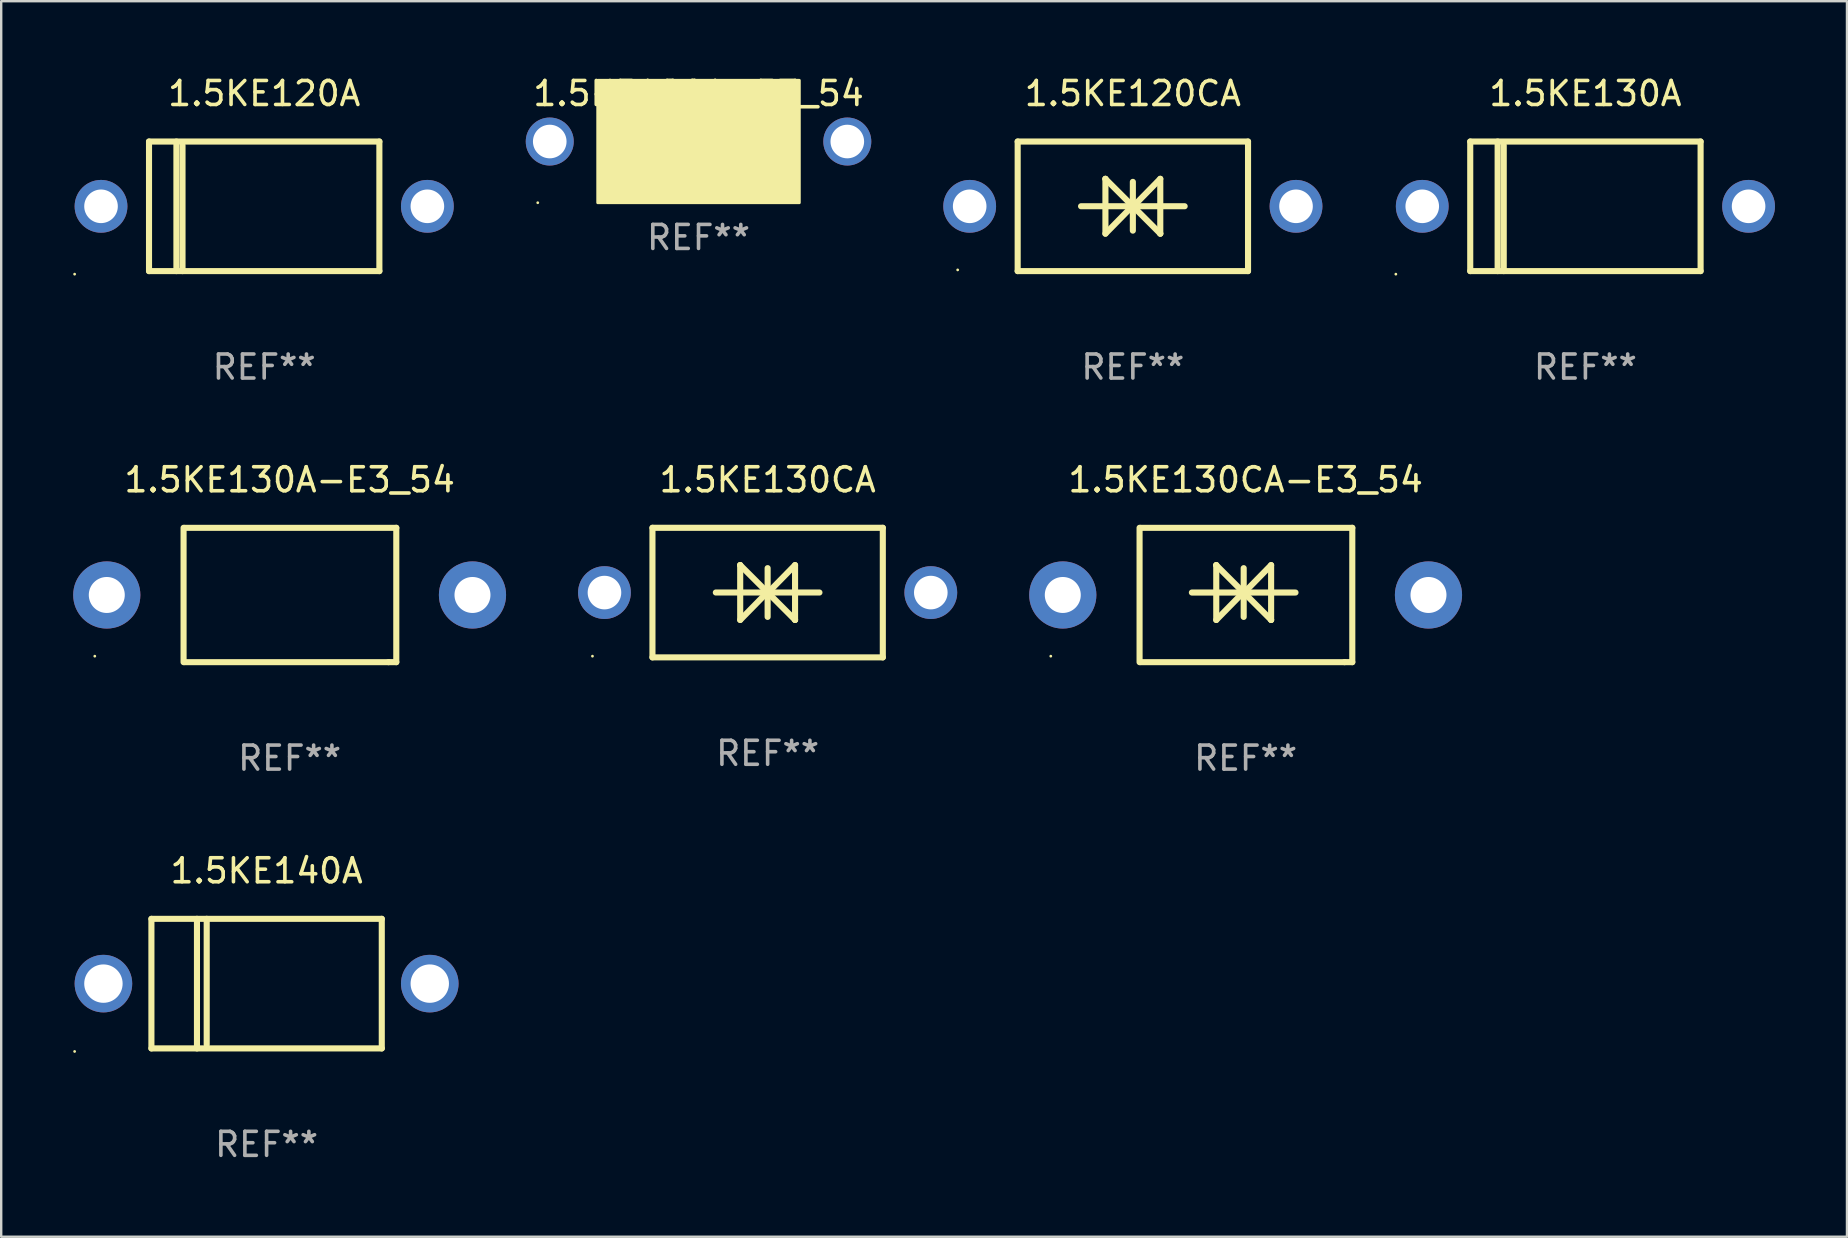
<source format=kicad_pcb>
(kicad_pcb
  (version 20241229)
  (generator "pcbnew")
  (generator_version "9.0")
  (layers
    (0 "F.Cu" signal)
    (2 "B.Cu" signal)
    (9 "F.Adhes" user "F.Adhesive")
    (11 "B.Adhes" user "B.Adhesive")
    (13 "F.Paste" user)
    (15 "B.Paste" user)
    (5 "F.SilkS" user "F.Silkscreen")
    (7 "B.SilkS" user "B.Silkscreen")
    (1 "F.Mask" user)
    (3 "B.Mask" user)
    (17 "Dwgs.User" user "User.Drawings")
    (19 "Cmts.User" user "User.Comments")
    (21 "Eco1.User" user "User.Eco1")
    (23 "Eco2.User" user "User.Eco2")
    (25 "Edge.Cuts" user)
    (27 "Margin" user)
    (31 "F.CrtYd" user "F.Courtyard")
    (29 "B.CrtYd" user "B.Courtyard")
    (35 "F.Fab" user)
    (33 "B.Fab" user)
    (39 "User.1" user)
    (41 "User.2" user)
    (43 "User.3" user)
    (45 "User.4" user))
  (footprint "1.5KE140A"
    (layer "F.Cu")
    (at 8.06 37.941)
    (property "Reference" "1.5KE140A" (at 0 -4.7 0) (layer "F.SilkS") (effects (font (size 1 1) (thickness 0.15))))
    (attr through_hole)
    (fp_line (start -4.8 -2.7) (end -4.8 2.7) (stroke (width 0.254) (type solid)) (layer "F.SilkS"))
    (fp_line (start -4.8 -2.7) (end 4.8 -2.7) (stroke (width 0.254) (type solid)) (layer "F.SilkS"))
    (fp_line (start -2.902 -2.7) (end -2.902 2.7) (stroke (width 0.254) (type solid)) (layer "F.SilkS"))
    (fp_line (start -2.496 -2.7) (end -2.496 2.54) (stroke (width 0.254) (type solid)) (layer "F.SilkS"))
    (fp_line (start 4.8 -2.7) (end 4.8 2.7) (stroke (width 0.254) (type solid)) (layer "F.SilkS"))
    (fp_line (start 4.8 2.7) (end -4.8 2.7) (stroke (width 0.254) (type solid)) (layer "F.SilkS"))
    (fp_circle (center -8 2.827) (end -7.97 2.827) (stroke (width 0.06) (type solid)) (fill no) (layer "F.SilkS"))
    (fp_text user "REF**" (at 0 6.7 0) (layer "F.Fab") (effects (font (size 1 1) (thickness 0.15))))
    (pad "1" thru_hole circle (at -6.8 0) (size 2.4 2.4) (drill 1.6) (layers "*.Cu" "*.Mask"))
    (pad "2" thru_hole circle (at 6.8 0) (size 2.4 2.4) (drill 1.6) (layers "*.Cu" "*.Mask")))
  (footprint "1.5KE130A-E3_54"
    (layer "F.Cu")
    (at 9.02 21.745)
    (property "Reference" "1.5KE130A-E3_54" (at 0 -4.8 0) (layer "F.SilkS") (effects (font (size 1 1) (thickness 0.15))))
    (attr through_hole)
    (fp_line (start -4.42 2.8) (end -4.42 -2.8) (stroke (width 0.254) (type solid)) (layer "F.SilkS"))
    (fp_line (start -4.379 -2.799) (end 4.445 -2.799) (stroke (width 0.254) (type solid)) (layer "F.SilkS"))
    (fp_line (start 4.12 2.8) (end -4.38 2.8) (stroke (width 0.254) (type solid)) (layer "F.SilkS"))
    (fp_line (start 4.445 -2.799) (end 4.445 2.799) (stroke (width 0.254) (type solid)) (layer "F.SilkS"))
    (fp_line (start 4.445 2.799) (end 4.12 2.799) (stroke (width 0.254) (type solid)) (layer "F.SilkS"))
    (fp_circle (center -8.12 2.55) (end -8.09 2.55) (stroke (width 0.06) (type solid)) (fill no) (layer "F.SilkS"))
    (fp_text user "REF**" (at 0 6.8 0) (layer "F.Fab") (effects (font (size 1 1) (thickness 0.15))))
    (pad "1" thru_hole circle (at -7.62 0) (size 2.8 2.8) (drill 1.5) (layers "*.Cu" "*.Mask"))
    (pad "2" thru_hole circle (at 7.62 0) (size 2.8 2.8) (drill 1.5) (layers "*.Cu" "*.Mask")))
  (footprint "1.5KE130A"
    (layer "F.Cu")
    (at 63.02 5.548)
    (property "Reference" "1.5KE130A" (at 0 -4.7 0) (layer "F.SilkS") (effects (font (size 1 1) (thickness 0.15))))
    (attr through_hole)
    (fp_line (start -4.8 -2.7) (end 4.8 -2.7) (stroke (width 0.254) (type solid)) (layer "F.SilkS"))
    (fp_line (start -4.8 2.7) (end -4.8 -2.7) (stroke (width 0.254) (type solid)) (layer "F.SilkS"))
    (fp_line (start -3.658 2.7) (end -3.658 -2.7) (stroke (width 0.254) (type solid)) (layer "F.SilkS"))
    (fp_line (start -3.404 2.7) (end -3.404 -2.54) (stroke (width 0.254) (type solid)) (layer "F.SilkS"))
    (fp_line (start 4.8 2.7) (end -4.8 2.7) (stroke (width 0.254) (type solid)) (layer "F.SilkS"))
    (fp_line (start 4.8 2.7) (end 4.8 -2.7) (stroke (width 0.254) (type solid)) (layer "F.SilkS"))
    (fp_circle (center -7.9 2.827) (end -7.87 2.827) (stroke (width 0.06) (type solid)) (fill no) (layer "F.SilkS"))
    (fp_text user "REF**" (at 0 6.7 0) (layer "F.Fab") (effects (font (size 1 1) (thickness 0.15))))
    (pad "1" thru_hole circle (at -6.8 0) (size 2.2 2.2) (drill 1.4) (layers "*.Cu" "*.Mask"))
    (pad "2" thru_hole circle (at 6.8 0) (size 2.2 2.2) (drill 1.4) (layers "*.Cu" "*.Mask")))
  (footprint "1.5KE120A"
    (layer "F.Cu")
    (at 7.96 5.548)
    (property "Reference" "1.5KE120A" (at 0 -4.7 0) (layer "F.SilkS") (effects (font (size 1 1) (thickness 0.15))))
    (attr through_hole)
    (fp_line (start -4.8 -2.7) (end 4.8 -2.7) (stroke (width 0.254) (type solid)) (layer "F.SilkS"))
    (fp_line (start -4.8 2.7) (end -4.8 -2.7) (stroke (width 0.254) (type solid)) (layer "F.SilkS"))
    (fp_line (start -3.658 2.7) (end -3.658 -2.7) (stroke (width 0.254) (type solid)) (layer "F.SilkS"))
    (fp_line (start -3.404 2.7) (end -3.404 -2.54) (stroke (width 0.254) (type solid)) (layer "F.SilkS"))
    (fp_line (start 4.8 2.7) (end -4.8 2.7) (stroke (width 0.254) (type solid)) (layer "F.SilkS"))
    (fp_line (start 4.8 2.7) (end 4.8 -2.7) (stroke (width 0.254) (type solid)) (layer "F.SilkS"))
    (fp_circle (center -7.9 2.827) (end -7.87 2.827) (stroke (width 0.06) (type solid)) (fill no) (layer "F.SilkS"))
    (fp_text user "REF**" (at 0 6.7 0) (layer "F.Fab") (effects (font (size 1 1) (thickness 0.15))))
    (pad "1" thru_hole circle (at -6.8 0) (size 2.2 2.2) (drill 1.4) (layers "*.Cu" "*.Mask"))
    (pad "2" thru_hole circle (at 6.8 0) (size 2.2 2.2) (drill 1.4) (layers "*.Cu" "*.Mask")))
  (footprint "1.5KE130CA"
    (layer "F.Cu")
    (at 28.94 21.645)
    (property "Reference" "1.5KE130CA" (at 0 -4.7 0) (layer "F.SilkS") (effects (font (size 1 1) (thickness 0.15))))
    (attr through_hole)
    (fp_line (start -4.8 -2.7) (end -4.8 2.7) (stroke (width 0.254) (type solid)) (layer "F.SilkS"))
    (fp_line (start -4.8 -2.7) (end 4.8 -2.7) (stroke (width 0.254) (type solid)) (layer "F.SilkS"))
    (fp_line (start -2.159 -0.003) (end 2.159 -0.003) (stroke (width 0.254) (type solid)) (layer "F.SilkS"))
    (fp_line (start -1.143 -1.146) (end -1.143 1.14) (stroke (width 0.254) (type solid)) (layer "F.SilkS"))
    (fp_line (start -1.143 -1.143) (end -1.143 -1.146) (stroke (width 0.254) (type solid)) (layer "F.SilkS"))
    (fp_line (start 0 -1.019) (end 0 1.013) (stroke (width 0.254) (type solid)) (layer "F.SilkS"))
    (fp_line (start 0 -0.026) (end -1.143 1.14) (stroke (width 0.254) (type solid)) (layer "F.SilkS"))
    (fp_line (start 0 -0.006) (end 1.143 1.137) (stroke (width 0.254) (type solid)) (layer "F.SilkS"))
    (fp_line (start 0 0) (end -1.143 -1.143) (stroke (width 0.254) (type solid)) (layer "F.SilkS"))
    (fp_line (start 0 0.02) (end 1.143 -1.146) (stroke (width 0.254) (type solid)) (layer "F.SilkS"))
    (fp_line (start 1.143 1.137) (end 1.143 1.14) (stroke (width 0.254) (type solid)) (layer "F.SilkS"))
    (fp_line (start 1.143 1.14) (end 1.143 -1.146) (stroke (width 0.254) (type solid)) (layer "F.SilkS"))
    (fp_line (start 4.8 -2.7) (end 4.8 2.7) (stroke (width 0.254) (type solid)) (layer "F.SilkS"))
    (fp_line (start 4.8 2.7) (end -4.8 2.7) (stroke (width 0.254) (type solid)) (layer "F.SilkS"))
    (fp_circle (center -7.3 2.65) (end -7.27 2.65) (stroke (width 0.06) (type solid)) (fill no) (layer "F.SilkS"))
    (fp_text user "REF**" (at 0 6.7 0) (layer "F.Fab") (effects (font (size 1 1) (thickness 0.15))))
    (pad "1" thru_hole circle (at -6.8 0) (size 2.2 2.2) (drill 1.4) (layers "*.Cu" "*.Mask"))
    (pad "2" thru_hole circle (at 6.8 0) (size 2.2 2.2) (drill 1.4) (layers "*.Cu" "*.Mask")))
  (footprint "1.5KE120A-E3_54"
    (layer "F.Cu")
    (at 26.06 2.848)
    (property "Reference" "1.5KE120A-E3_54" (at 0 -2 0) (layer "F.SilkS") (effects (font (size 1 1) (thickness 0.15))))
    (attr through_hole)
    (fp_circle (center -6.7 2.55) (end -6.67 2.55) (stroke (width 0.06) (type solid)) (fill no) (layer "F.SilkS"))
    (fp_poly (pts (xy -4.2 -2.55) (xy 4.2 -2.55) (xy 4.2 2.55) (xy -4.2 2.55)) (stroke (width 0.12) (type solid)) (fill yes) (layer "F.SilkS"))
    (fp_text user "REF**" (at 0 4 0) (layer "F.Fab") (effects (font (size 1 1) (thickness 0.15))))
    (pad "1" thru_hole circle (at -6.2 0) (size 2 2) (drill 1.4) (layers "*.Cu" "*.Mask"))
    (pad "2" thru_hole circle (at 6.2 0) (size 2 2) (drill 1.4) (layers "*.Cu" "*.Mask")))
  (footprint "1.5KE120CA"
    (layer "F.Cu")
    (at 44.16 5.548)
    (property "Reference" "1.5KE120CA" (at 0 -4.7 0) (layer "F.SilkS") (effects (font (size 1 1) (thickness 0.15))))
    (attr through_hole)
    (fp_line (start -4.8 -2.7) (end -4.8 2.7) (stroke (width 0.254) (type solid)) (layer "F.SilkS"))
    (fp_line (start -4.8 -2.7) (end 4.8 -2.7) (stroke (width 0.254) (type solid)) (layer "F.SilkS"))
    (fp_line (start -2.159 -0.003) (end 2.159 -0.003) (stroke (width 0.254) (type solid)) (layer "F.SilkS"))
    (fp_line (start -1.143 -1.146) (end -1.143 1.14) (stroke (width 0.254) (type solid)) (layer "F.SilkS"))
    (fp_line (start -1.143 -1.143) (end -1.143 -1.146) (stroke (width 0.254) (type solid)) (layer "F.SilkS"))
    (fp_line (start 0 -1.019) (end 0 1.013) (stroke (width 0.254) (type solid)) (layer "F.SilkS"))
    (fp_line (start 0 -0.026) (end -1.143 1.14) (stroke (width 0.254) (type solid)) (layer "F.SilkS"))
    (fp_line (start 0 -0.006) (end 1.143 1.137) (stroke (width 0.254) (type solid)) (layer "F.SilkS"))
    (fp_line (start 0 0) (end -1.143 -1.143) (stroke (width 0.254) (type solid)) (layer "F.SilkS"))
    (fp_line (start 0 0.02) (end 1.143 -1.146) (stroke (width 0.254) (type solid)) (layer "F.SilkS"))
    (fp_line (start 1.143 1.137) (end 1.143 1.14) (stroke (width 0.254) (type solid)) (layer "F.SilkS"))
    (fp_line (start 1.143 1.14) (end 1.143 -1.146) (stroke (width 0.254) (type solid)) (layer "F.SilkS"))
    (fp_line (start 4.8 -2.7) (end 4.8 2.7) (stroke (width 0.254) (type solid)) (layer "F.SilkS"))
    (fp_line (start 4.8 2.7) (end -4.8 2.7) (stroke (width 0.254) (type solid)) (layer "F.SilkS"))
    (fp_circle (center -7.3 2.65) (end -7.27 2.65) (stroke (width 0.06) (type solid)) (fill no) (layer "F.SilkS"))
    (fp_text user "REF**" (at 0 6.7 0) (layer "F.Fab") (effects (font (size 1 1) (thickness 0.15))))
    (pad "1" thru_hole circle (at -6.8 0) (size 2.2 2.2) (drill 1.4) (layers "*.Cu" "*.Mask"))
    (pad "2" thru_hole circle (at 6.8 0) (size 2.2 2.2) (drill 1.4) (layers "*.Cu" "*.Mask")))
  (footprint "1.5KE130CA-E3_54"
    (layer "F.Cu")
    (at 48.86 21.745)
    (property "Reference" "1.5KE130CA-E3_54" (at 0 -4.8 0) (layer "F.SilkS") (effects (font (size 1 1) (thickness 0.15))))
    (attr through_hole)
    (fp_line (start -4.42 2.8) (end -4.42 -2.8) (stroke (width 0.254) (type solid)) (layer "F.SilkS"))
    (fp_line (start -4.379 -2.799) (end 4.445 -2.799) (stroke (width 0.254) (type solid)) (layer "F.SilkS"))
    (fp_line (start -2.24 -0.102) (end 2.078 -0.102) (stroke (width 0.254) (type solid)) (layer "F.SilkS"))
    (fp_line (start -1.224 -1.245) (end -1.224 1.041) (stroke (width 0.254) (type solid)) (layer "F.SilkS"))
    (fp_line (start -1.224 -1.242) (end -1.224 -1.245) (stroke (width 0.254) (type solid)) (layer "F.SilkS"))
    (fp_line (start -0.081 -1.118) (end -0.081 0.914) (stroke (width 0.254) (type solid)) (layer "F.SilkS"))
    (fp_line (start -0.081 -0.125) (end -1.224 1.041) (stroke (width 0.254) (type solid)) (layer "F.SilkS"))
    (fp_line (start -0.081 -0.105) (end 1.062 1.038) (stroke (width 0.254) (type solid)) (layer "F.SilkS"))
    (fp_line (start -0.081 -0.099) (end -1.224 -1.242) (stroke (width 0.254) (type solid)) (layer "F.SilkS"))
    (fp_line (start -0.081 -0.079) (end 1.062 -1.245) (stroke (width 0.254) (type solid)) (layer "F.SilkS"))
    (fp_line (start 1.062 1.038) (end 1.062 1.041) (stroke (width 0.254) (type solid)) (layer "F.SilkS"))
    (fp_line (start 1.062 1.041) (end 1.062 -1.245) (stroke (width 0.254) (type solid)) (layer "F.SilkS"))
    (fp_line (start 4.12 2.8) (end -4.38 2.8) (stroke (width 0.254) (type solid)) (layer "F.SilkS"))
    (fp_line (start 4.445 -2.799) (end 4.445 2.799) (stroke (width 0.254) (type solid)) (layer "F.SilkS"))
    (fp_line (start 4.445 2.799) (end 4.12 2.799) (stroke (width 0.254) (type solid)) (layer "F.SilkS"))
    (fp_circle (center -8.12 2.55) (end -8.09 2.55) (stroke (width 0.06) (type solid)) (fill no) (layer "F.SilkS"))
    (fp_text user "REF**" (at 0 6.8 0) (layer "F.Fab") (effects (font (size 1 1) (thickness 0.15))))
    (pad "1" thru_hole circle (at -7.62 0) (size 2.8 2.8) (drill 1.5) (layers "*.Cu" "*.Mask"))
    (pad "2" thru_hole circle (at 7.62 0) (size 2.8 2.8) (drill 1.5) (layers "*.Cu" "*.Mask")))
  (gr_rect
    (start -3 -3)
    (end 73.92 48.49)
    (stroke (width 0.1) (type default))
    (fill no)
    (layer "Edge.Cuts")))
</source>
